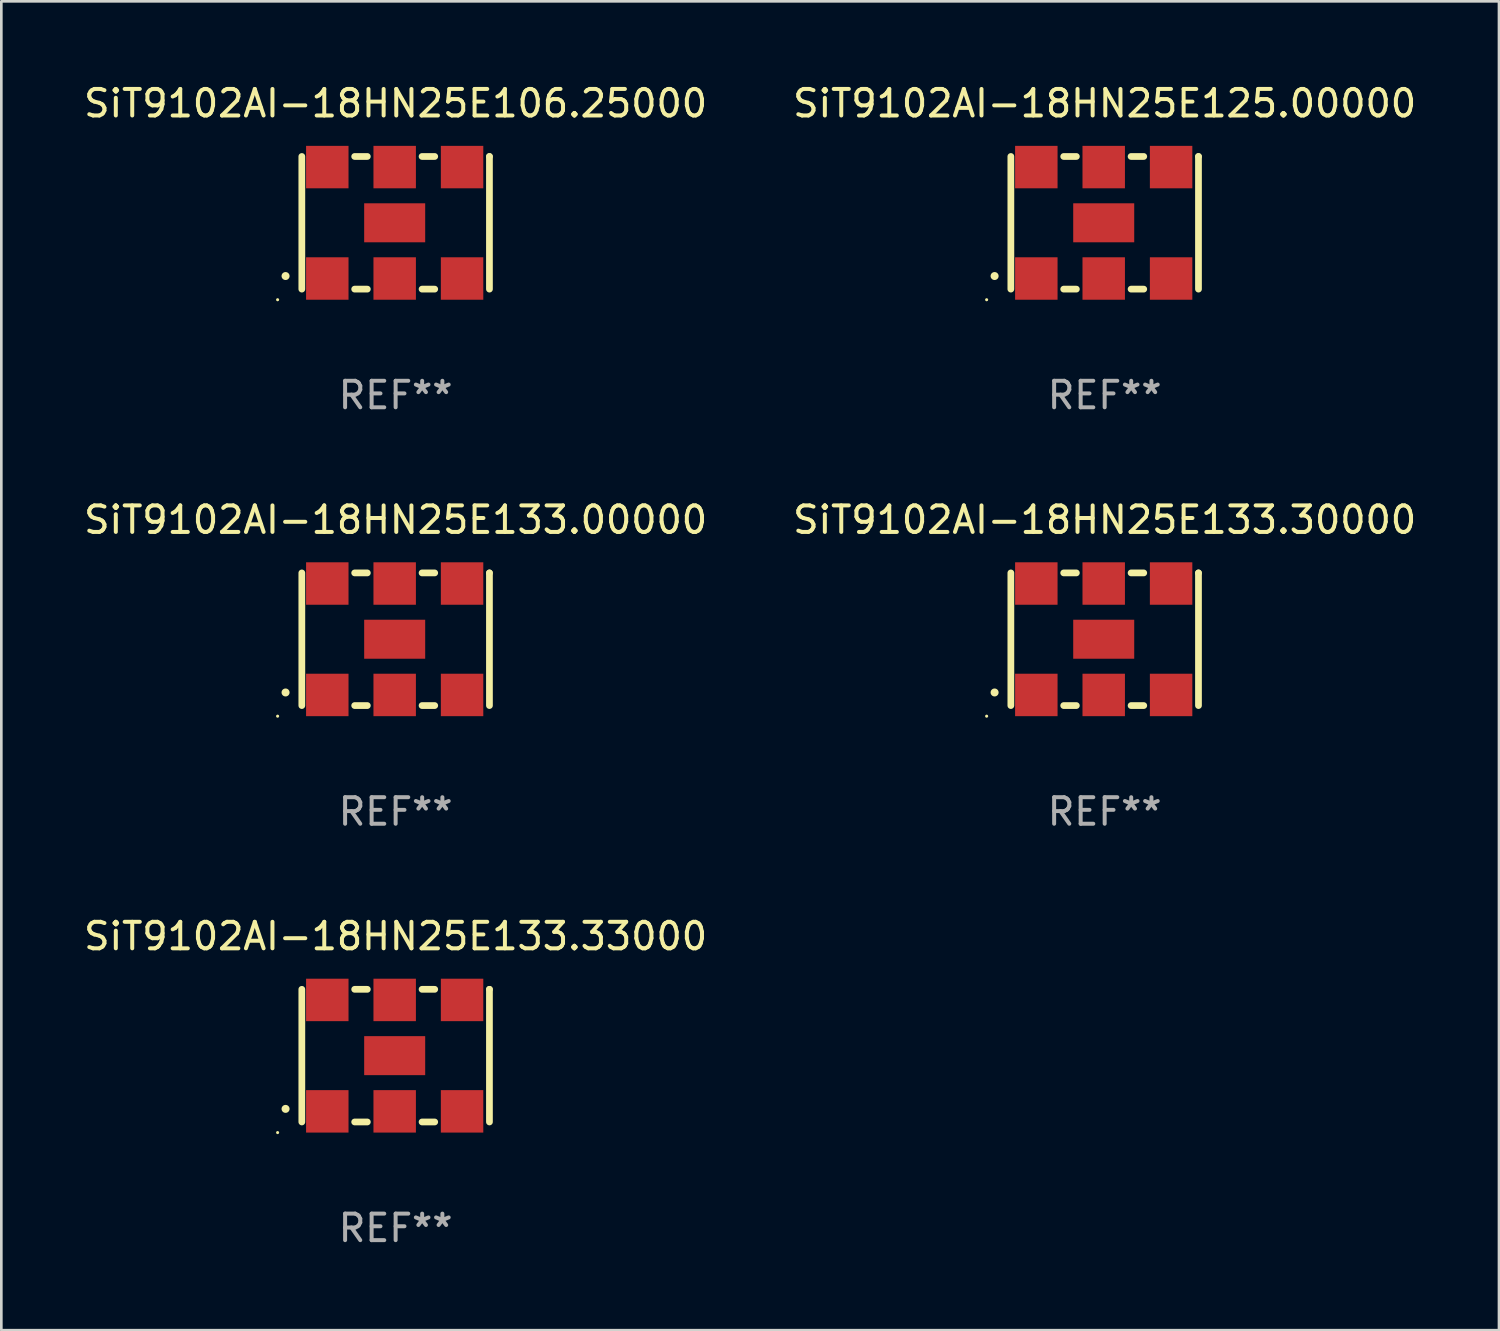
<source format=kicad_pcb>
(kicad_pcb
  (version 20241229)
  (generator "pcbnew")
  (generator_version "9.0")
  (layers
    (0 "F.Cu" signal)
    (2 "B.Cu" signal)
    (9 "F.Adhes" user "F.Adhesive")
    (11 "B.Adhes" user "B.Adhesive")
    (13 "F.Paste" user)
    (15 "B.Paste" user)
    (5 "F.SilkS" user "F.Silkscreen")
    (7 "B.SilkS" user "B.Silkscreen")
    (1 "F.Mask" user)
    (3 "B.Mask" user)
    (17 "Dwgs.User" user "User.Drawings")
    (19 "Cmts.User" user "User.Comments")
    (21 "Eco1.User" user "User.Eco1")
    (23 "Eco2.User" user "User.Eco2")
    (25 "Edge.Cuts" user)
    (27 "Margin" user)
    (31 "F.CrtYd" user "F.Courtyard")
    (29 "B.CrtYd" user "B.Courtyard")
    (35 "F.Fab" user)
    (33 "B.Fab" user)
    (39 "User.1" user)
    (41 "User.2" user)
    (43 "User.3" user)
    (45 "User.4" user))
  (footprint "SiT9102AI-18HN25E133.30000"
    (layer "F.Cu")
    (at 38.589 21.045)
    (property "Reference" "SiT9102AI-18HN25E133.30000" (at 0 -4.5 0) (layer "F.SilkS") (effects (font (size 1 1) (thickness 0.15))))
    (attr through_hole)
    (fp_line (start -3.536 -2.5) (end -3.536 2.5) (stroke (width 0.254) (type solid)) (layer "F.SilkS"))
    (fp_line (start -1.544 2.5) (end -1.067 2.5) (stroke (width 0.254) (type solid)) (layer "F.SilkS"))
    (fp_line (start -1.067 -2.5) (end -1.544 -2.5) (stroke (width 0.254) (type solid)) (layer "F.SilkS"))
    (fp_line (start 0.996 2.5) (end 1.473 2.5) (stroke (width 0.254) (type solid)) (layer "F.SilkS"))
    (fp_line (start 1.473 -2.5) (end 0.996 -2.5) (stroke (width 0.254) (type solid)) (layer "F.SilkS"))
    (fp_line (start 3.536 -2.5) (end 3.536 -2.5) (stroke (width 0.254) (type solid)) (layer "F.SilkS"))
    (fp_line (start 3.536 2.5) (end 3.536 -2.5) (stroke (width 0.254) (type solid)) (layer "F.SilkS"))
    (fp_arc (start -4.150432 2.006604) (mid -4.149162 2.006599) (end -4.147892 2.006604) (stroke (width 0.3) (type solid)) (layer "F.SilkS"))
    (fp_circle (center -4.449 2.9) (end -4.419 2.9) (stroke (width 0.06) (type solid)) (fill no) (layer "F.SilkS"))
    (fp_text user "REF**" (at 0 6.5 0) (layer "F.Fab") (effects (font (size 1 1) (thickness 0.15))))
    (pad "1" smd rect (at -2.576 2.1) (size 1.6 1.6) (layers "F.Cu" "F.Mask" "F.Paste"))
    (pad "2" smd rect (at -0.036 2.1) (size 1.6 1.6) (layers "F.Cu" "F.Mask" "F.Paste"))
    (pad "3" smd rect (at 2.504 2.1) (size 1.6 1.6) (layers "F.Cu" "F.Mask" "F.Paste"))
    (pad "4" smd rect (at 2.504 -2.1) (size 1.6 1.6) (layers "F.Cu" "F.Mask" "F.Paste"))
    (pad "5" smd rect (at -0.036 -2.1) (size 1.6 1.6) (layers "F.Cu" "F.Mask" "F.Paste"))
    (pad "6" smd rect (at -2.576 -2.1) (size 1.6 1.6) (layers "F.Cu" "F.Mask" "F.Paste"))
    (pad "7" smd rect (at -0.036 0) (size 2.3 1.47) (layers "F.Cu" "F.Mask" "F.Paste")))
  (footprint "SiT9102AI-18HN25E106.25000"
    (layer "F.Cu")
    (at 11.863 5.348)
    (property "Reference" "SiT9102AI-18HN25E106.25000" (at 0 -4.5 0) (layer "F.SilkS") (effects (font (size 1 1) (thickness 0.15))))
    (attr through_hole)
    (fp_line (start -3.536 -2.5) (end -3.536 2.5) (stroke (width 0.254) (type solid)) (layer "F.SilkS"))
    (fp_line (start -1.544 2.5) (end -1.067 2.5) (stroke (width 0.254) (type solid)) (layer "F.SilkS"))
    (fp_line (start -1.067 -2.5) (end -1.544 -2.5) (stroke (width 0.254) (type solid)) (layer "F.SilkS"))
    (fp_line (start 0.996 2.5) (end 1.473 2.5) (stroke (width 0.254) (type solid)) (layer "F.SilkS"))
    (fp_line (start 1.473 -2.5) (end 0.996 -2.5) (stroke (width 0.254) (type solid)) (layer "F.SilkS"))
    (fp_line (start 3.536 -2.5) (end 3.536 -2.5) (stroke (width 0.254) (type solid)) (layer "F.SilkS"))
    (fp_line (start 3.536 2.5) (end 3.536 -2.5) (stroke (width 0.254) (type solid)) (layer "F.SilkS"))
    (fp_arc (start -4.150432 2.006604) (mid -4.149162 2.006599) (end -4.147892 2.006604) (stroke (width 0.3) (type solid)) (layer "F.SilkS"))
    (fp_circle (center -4.449 2.9) (end -4.419 2.9) (stroke (width 0.06) (type solid)) (fill no) (layer "F.SilkS"))
    (fp_text user "REF**" (at 0 6.5 0) (layer "F.Fab") (effects (font (size 1 1) (thickness 0.15))))
    (pad "1" smd rect (at -2.576 2.1) (size 1.6 1.6) (layers "F.Cu" "F.Mask" "F.Paste"))
    (pad "2" smd rect (at -0.036 2.1) (size 1.6 1.6) (layers "F.Cu" "F.Mask" "F.Paste"))
    (pad "3" smd rect (at 2.504 2.1) (size 1.6 1.6) (layers "F.Cu" "F.Mask" "F.Paste"))
    (pad "4" smd rect (at 2.504 -2.1) (size 1.6 1.6) (layers "F.Cu" "F.Mask" "F.Paste"))
    (pad "5" smd rect (at -0.036 -2.1) (size 1.6 1.6) (layers "F.Cu" "F.Mask" "F.Paste"))
    (pad "6" smd rect (at -2.576 -2.1) (size 1.6 1.6) (layers "F.Cu" "F.Mask" "F.Paste"))
    (pad "7" smd rect (at -0.036 0) (size 2.3 1.47) (layers "F.Cu" "F.Mask" "F.Paste")))
  (footprint "SiT9102AI-18HN25E133.00000"
    (layer "F.Cu")
    (at 11.863 21.045)
    (property "Reference" "SiT9102AI-18HN25E133.00000" (at 0 -4.5 0) (layer "F.SilkS") (effects (font (size 1 1) (thickness 0.15))))
    (attr through_hole)
    (fp_line (start -3.536 -2.5) (end -3.536 2.5) (stroke (width 0.254) (type solid)) (layer "F.SilkS"))
    (fp_line (start -1.544 2.5) (end -1.067 2.5) (stroke (width 0.254) (type solid)) (layer "F.SilkS"))
    (fp_line (start -1.067 -2.5) (end -1.544 -2.5) (stroke (width 0.254) (type solid)) (layer "F.SilkS"))
    (fp_line (start 0.996 2.5) (end 1.473 2.5) (stroke (width 0.254) (type solid)) (layer "F.SilkS"))
    (fp_line (start 1.473 -2.5) (end 0.996 -2.5) (stroke (width 0.254) (type solid)) (layer "F.SilkS"))
    (fp_line (start 3.536 -2.5) (end 3.536 -2.5) (stroke (width 0.254) (type solid)) (layer "F.SilkS"))
    (fp_line (start 3.536 2.5) (end 3.536 -2.5) (stroke (width 0.254) (type solid)) (layer "F.SilkS"))
    (fp_arc (start -4.150432 2.006604) (mid -4.149162 2.006599) (end -4.147892 2.006604) (stroke (width 0.3) (type solid)) (layer "F.SilkS"))
    (fp_circle (center -4.449 2.9) (end -4.419 2.9) (stroke (width 0.06) (type solid)) (fill no) (layer "F.SilkS"))
    (fp_text user "REF**" (at 0 6.5 0) (layer "F.Fab") (effects (font (size 1 1) (thickness 0.15))))
    (pad "1" smd rect (at -2.576 2.1) (size 1.6 1.6) (layers "F.Cu" "F.Mask" "F.Paste"))
    (pad "2" smd rect (at -0.036 2.1) (size 1.6 1.6) (layers "F.Cu" "F.Mask" "F.Paste"))
    (pad "3" smd rect (at 2.504 2.1) (size 1.6 1.6) (layers "F.Cu" "F.Mask" "F.Paste"))
    (pad "4" smd rect (at 2.504 -2.1) (size 1.6 1.6) (layers "F.Cu" "F.Mask" "F.Paste"))
    (pad "5" smd rect (at -0.036 -2.1) (size 1.6 1.6) (layers "F.Cu" "F.Mask" "F.Paste"))
    (pad "6" smd rect (at -2.576 -2.1) (size 1.6 1.6) (layers "F.Cu" "F.Mask" "F.Paste"))
    (pad "7" smd rect (at -0.036 0) (size 2.3 1.47) (layers "F.Cu" "F.Mask" "F.Paste")))
  (footprint "SiT9102AI-18HN25E133.33000"
    (layer "F.Cu")
    (at 11.863 36.741)
    (property "Reference" "SiT9102AI-18HN25E133.33000" (at 0 -4.5 0) (layer "F.SilkS") (effects (font (size 1 1) (thickness 0.15))))
    (attr through_hole)
    (fp_line (start -3.536 -2.5) (end -3.536 2.5) (stroke (width 0.254) (type solid)) (layer "F.SilkS"))
    (fp_line (start -1.544 2.5) (end -1.067 2.5) (stroke (width 0.254) (type solid)) (layer "F.SilkS"))
    (fp_line (start -1.067 -2.5) (end -1.544 -2.5) (stroke (width 0.254) (type solid)) (layer "F.SilkS"))
    (fp_line (start 0.996 2.5) (end 1.473 2.5) (stroke (width 0.254) (type solid)) (layer "F.SilkS"))
    (fp_line (start 1.473 -2.5) (end 0.996 -2.5) (stroke (width 0.254) (type solid)) (layer "F.SilkS"))
    (fp_line (start 3.536 -2.5) (end 3.536 -2.5) (stroke (width 0.254) (type solid)) (layer "F.SilkS"))
    (fp_line (start 3.536 2.5) (end 3.536 -2.5) (stroke (width 0.254) (type solid)) (layer "F.SilkS"))
    (fp_arc (start -4.150432 2.006604) (mid -4.149162 2.006599) (end -4.147892 2.006604) (stroke (width 0.3) (type solid)) (layer "F.SilkS"))
    (fp_circle (center -4.449 2.9) (end -4.419 2.9) (stroke (width 0.06) (type solid)) (fill no) (layer "F.SilkS"))
    (fp_text user "REF**" (at 0 6.5 0) (layer "F.Fab") (effects (font (size 1 1) (thickness 0.15))))
    (pad "1" smd rect (at -2.576 2.1) (size 1.6 1.6) (layers "F.Cu" "F.Mask" "F.Paste"))
    (pad "2" smd rect (at -0.036 2.1) (size 1.6 1.6) (layers "F.Cu" "F.Mask" "F.Paste"))
    (pad "3" smd rect (at 2.504 2.1) (size 1.6 1.6) (layers "F.Cu" "F.Mask" "F.Paste"))
    (pad "4" smd rect (at 2.504 -2.1) (size 1.6 1.6) (layers "F.Cu" "F.Mask" "F.Paste"))
    (pad "5" smd rect (at -0.036 -2.1) (size 1.6 1.6) (layers "F.Cu" "F.Mask" "F.Paste"))
    (pad "6" smd rect (at -2.576 -2.1) (size 1.6 1.6) (layers "F.Cu" "F.Mask" "F.Paste"))
    (pad "7" smd rect (at -0.036 0) (size 2.3 1.47) (layers "F.Cu" "F.Mask" "F.Paste")))
  (footprint "SiT9102AI-18HN25E125.00000"
    (layer "F.Cu")
    (at 38.589 5.348)
    (property "Reference" "SiT9102AI-18HN25E125.00000" (at 0 -4.5 0) (layer "F.SilkS") (effects (font (size 1 1) (thickness 0.15))))
    (attr through_hole)
    (fp_line (start -3.536 -2.5) (end -3.536 2.5) (stroke (width 0.254) (type solid)) (layer "F.SilkS"))
    (fp_line (start -1.544 2.5) (end -1.067 2.5) (stroke (width 0.254) (type solid)) (layer "F.SilkS"))
    (fp_line (start -1.067 -2.5) (end -1.544 -2.5) (stroke (width 0.254) (type solid)) (layer "F.SilkS"))
    (fp_line (start 0.996 2.5) (end 1.473 2.5) (stroke (width 0.254) (type solid)) (layer "F.SilkS"))
    (fp_line (start 1.473 -2.5) (end 0.996 -2.5) (stroke (width 0.254) (type solid)) (layer "F.SilkS"))
    (fp_line (start 3.536 -2.5) (end 3.536 -2.5) (stroke (width 0.254) (type solid)) (layer "F.SilkS"))
    (fp_line (start 3.536 2.5) (end 3.536 -2.5) (stroke (width 0.254) (type solid)) (layer "F.SilkS"))
    (fp_arc (start -4.150432 2.006604) (mid -4.149162 2.006599) (end -4.147892 2.006604) (stroke (width 0.3) (type solid)) (layer "F.SilkS"))
    (fp_circle (center -4.449 2.9) (end -4.419 2.9) (stroke (width 0.06) (type solid)) (fill no) (layer "F.SilkS"))
    (fp_text user "REF**" (at 0 6.5 0) (layer "F.Fab") (effects (font (size 1 1) (thickness 0.15))))
    (pad "1" smd rect (at -2.576 2.1) (size 1.6 1.6) (layers "F.Cu" "F.Mask" "F.Paste"))
    (pad "2" smd rect (at -0.036 2.1) (size 1.6 1.6) (layers "F.Cu" "F.Mask" "F.Paste"))
    (pad "3" smd rect (at 2.504 2.1) (size 1.6 1.6) (layers "F.Cu" "F.Mask" "F.Paste"))
    (pad "4" smd rect (at 2.504 -2.1) (size 1.6 1.6) (layers "F.Cu" "F.Mask" "F.Paste"))
    (pad "5" smd rect (at -0.036 -2.1) (size 1.6 1.6) (layers "F.Cu" "F.Mask" "F.Paste"))
    (pad "6" smd rect (at -2.576 -2.1) (size 1.6 1.6) (layers "F.Cu" "F.Mask" "F.Paste"))
    (pad "7" smd rect (at -0.036 0) (size 2.3 1.47) (layers "F.Cu" "F.Mask" "F.Paste")))
  (gr_rect
    (start -3 -3)
    (end 53.452 47.09)
    (stroke (width 0.1) (type default))
    (fill no)
    (layer "Edge.Cuts")))
</source>
